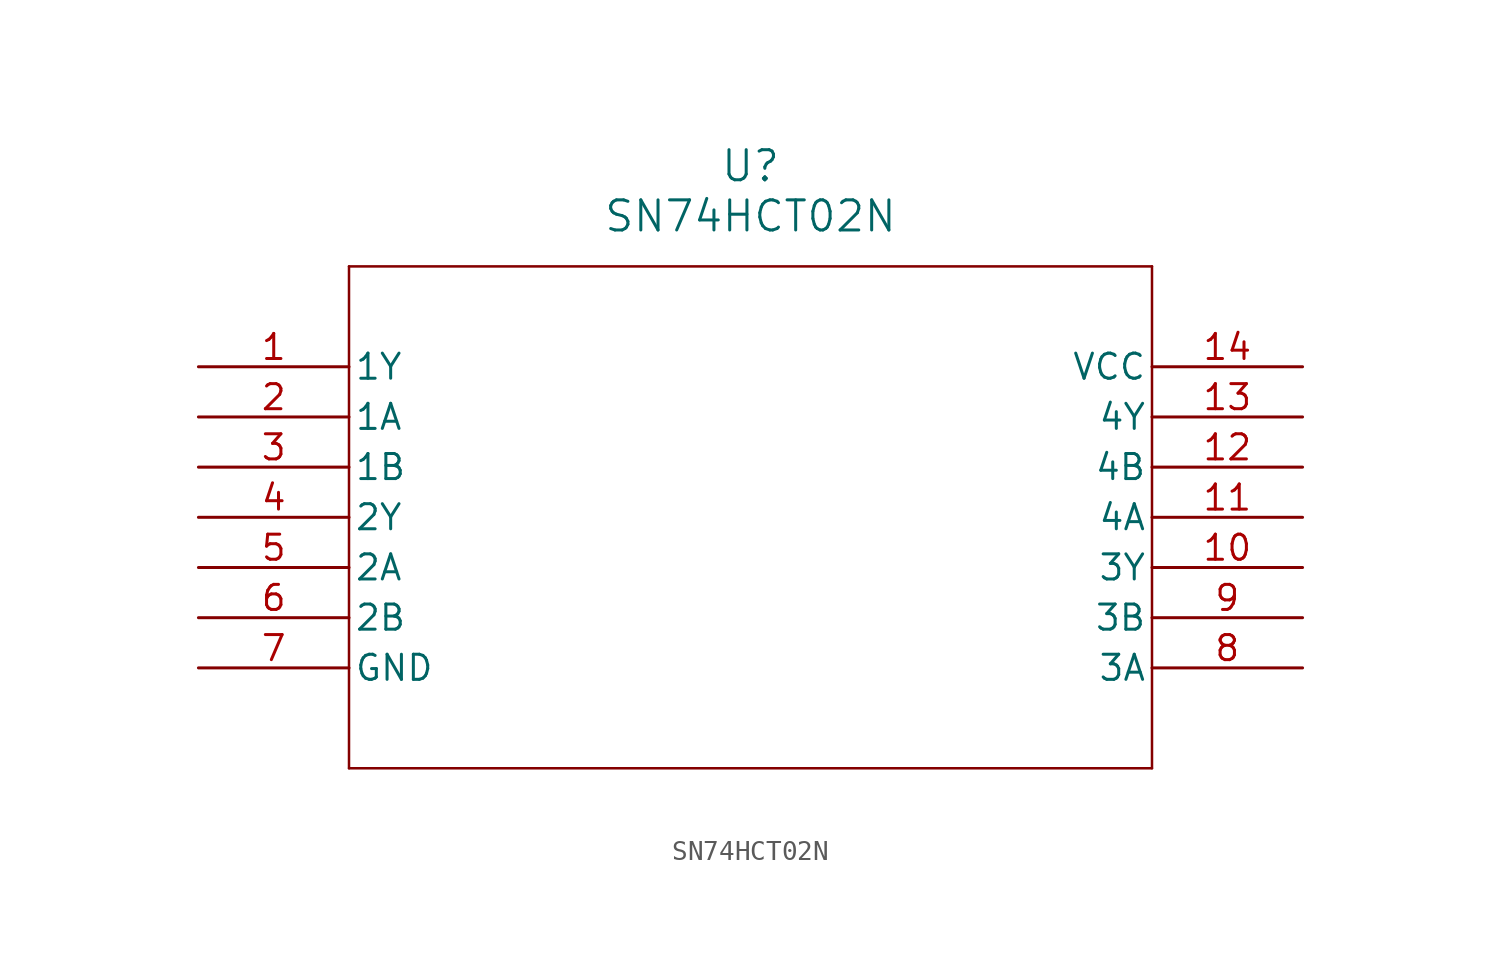
<source format=kicad_sym>
(kicad_symbol_lib
  (version 20211014)
  (generator kicad_symbol_editor)
  (symbol "SN74HCT02N"
    (pin_names
      (offset 0.254))
    (property "Reference" "U"
      (at 27.94 10.16 0)
      (effects (font (size 1.524 1.524))))
    (property "Value" "SN74HCT02N"
      (at 27.94 7.62 0)
      (effects (font (size 1.524 1.524))))
    (symbol "SN74HCT02N_0_1"
      (polyline (pts (xy 7.62 5.08) (xy 7.62 -20.32)) (stroke (width 0.127) (type default) (color 0 0 0 0)) (fill (type none)))
      (polyline (pts (xy 7.62 -20.32) (xy 48.26 -20.32)) (stroke (width 0.127) (type default) (color 0 0 0 0)) (fill (type none)))
      (polyline (pts (xy 48.26 -20.32) (xy 48.26 5.08)) (stroke (width 0.127) (type default) (color 0 0 0 0)) (fill (type none)))
      (polyline (pts (xy 48.26 5.08) (xy 7.62 5.08)) (stroke (width 0.127) (type default) (color 0 0 0 0)) (fill (type none)))
      (pin output line (at 0 0 0) (length 7.62) (name "1Y" (effects (font (size 1.27 1.27)))) (number "1" (effects (font (size 1.27 1.27)))))
      (pin input line (at 0 -2.54 0) (length 7.62) (name "1A" (effects (font (size 1.27 1.27)))) (number "2" (effects (font (size 1.27 1.27)))))
      (pin input line (at 0 -5.08 0) (length 7.62) (name "1B" (effects (font (size 1.27 1.27)))) (number "3" (effects (font (size 1.27 1.27)))))
      (pin output line (at 0 -7.62 0) (length 7.62) (name "2Y" (effects (font (size 1.27 1.27)))) (number "4" (effects (font (size 1.27 1.27)))))
      (pin input line (at 0 -10.16 0) (length 7.62) (name "2A" (effects (font (size 1.27 1.27)))) (number "5" (effects (font (size 1.27 1.27)))))
      (pin input line (at 0 -12.7 0) (length 7.62) (name "2B" (effects (font (size 1.27 1.27)))) (number "6" (effects (font (size 1.27 1.27)))))
      (pin power_in line (at 0 -15.24 0) (length 7.62) (name "GND" (effects (font (size 1.27 1.27)))) (number "7" (effects (font (size 1.27 1.27)))))
      (pin input line (at 55.88 -15.24 180) (length 7.62) (name "3A" (effects (font (size 1.27 1.27)))) (number "8" (effects (font (size 1.27 1.27)))))
      (pin input line (at 55.88 -12.7 180) (length 7.62) (name "3B" (effects (font (size 1.27 1.27)))) (number "9" (effects (font (size 1.27 1.27)))))
      (pin output line (at 55.88 -10.16 180) (length 7.62) (name "3Y" (effects (font (size 1.27 1.27)))) (number "10" (effects (font (size 1.27 1.27)))))
      (pin input line (at 55.88 -7.62 180) (length 7.62) (name "4A" (effects (font (size 1.27 1.27)))) (number "11" (effects (font (size 1.27 1.27)))))
      (pin input line (at 55.88 -5.08 180) (length 7.62) (name "4B" (effects (font (size 1.27 1.27)))) (number "12" (effects (font (size 1.27 1.27)))))
      (pin output line (at 55.88 -2.54 180) (length 7.62) (name "4Y" (effects (font (size 1.27 1.27)))) (number "13" (effects (font (size 1.27 1.27)))))
      (pin power_in line (at 55.88 0 180) (length 7.62) (name "VCC" (effects (font (size 1.27 1.27)))) (number "14" (effects (font (size 1.27 1.27))))))))
</source>
